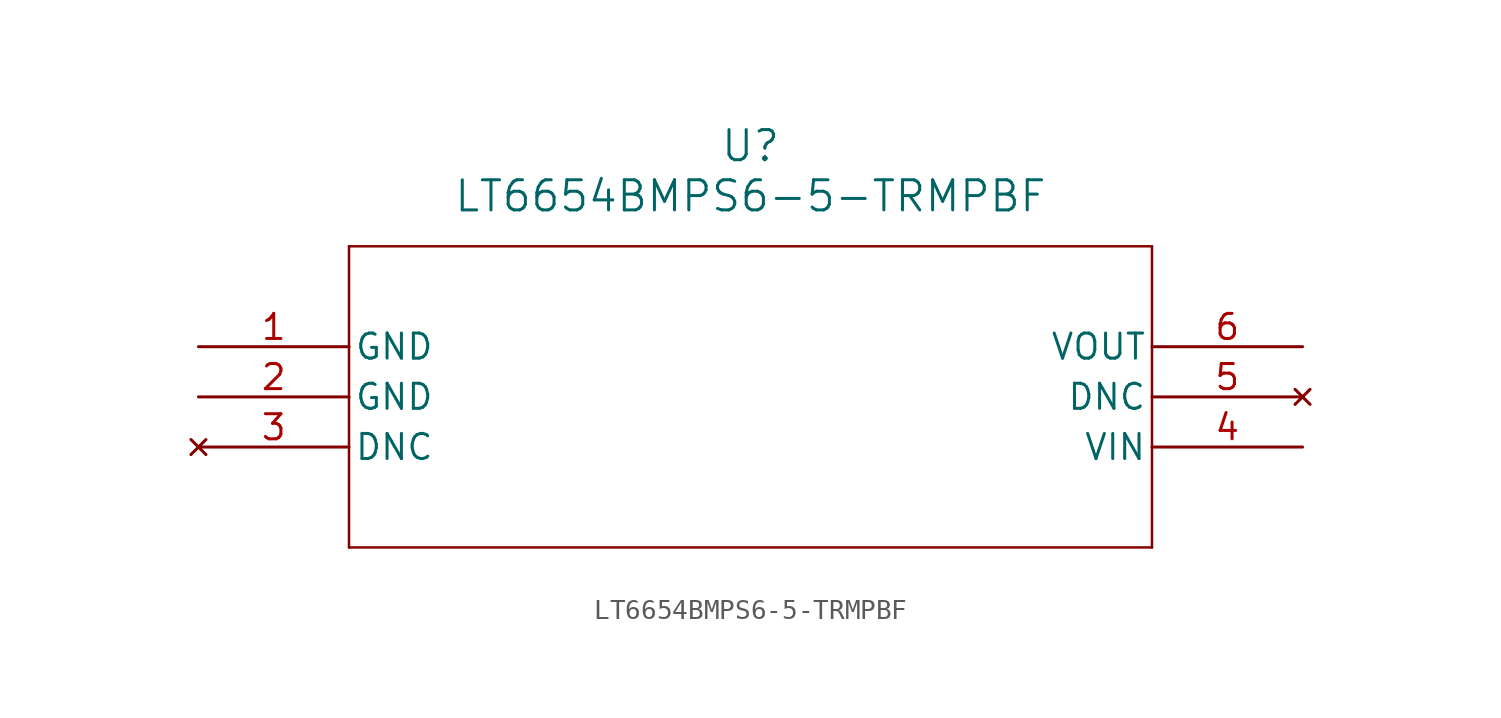
<source format=kicad_sym>
(kicad_symbol_lib
  (version 20211014)
  (generator kicad_symbol_editor)
  (symbol "LT6654BMPS6-5-TRMPBF"
    (pin_names
      (offset 0.254))
    (property "Reference" "U"
      (at 27.94 10.16 0)
      (effects (font (size 1.524 1.524))))
    (property "Value" "LT6654BMPS6-5-TRMPBF"
      (at 27.94 7.62 0)
      (effects (font (size 1.524 1.524))))
    (symbol "LT6654BMPS6-5-TRMPBF_0_1"
      (polyline (pts (xy 7.62 5.08) (xy 7.62 -10.16)) (stroke (width 0.127) (type default) (color 0 0 0 0)) (fill (type none)))
      (polyline (pts (xy 7.62 -10.16) (xy 48.26 -10.16)) (stroke (width 0.127) (type default) (color 0 0 0 0)) (fill (type none)))
      (polyline (pts (xy 48.26 -10.16) (xy 48.26 5.08)) (stroke (width 0.127) (type default) (color 0 0 0 0)) (fill (type none)))
      (polyline (pts (xy 48.26 5.08) (xy 7.62 5.08)) (stroke (width 0.127) (type default) (color 0 0 0 0)) (fill (type none)))
      (pin power_in line (at 0 0 0) (length 7.62) (name "GND" (effects (font (size 1.27 1.27)))) (number "1" (effects (font (size 1.27 1.27)))))
      (pin power_in line (at 0 -2.54 0) (length 7.62) (name "GND" (effects (font (size 1.27 1.27)))) (number "2" (effects (font (size 1.27 1.27)))))
      (pin no_connect line (at 0 -5.08 0) (length 7.62) (name "DNC" (effects (font (size 1.27 1.27)))) (number "3" (effects (font (size 1.27 1.27)))))
      (pin input line (at 55.88 -5.08 180) (length 7.62) (name "VIN" (effects (font (size 1.27 1.27)))) (number "4" (effects (font (size 1.27 1.27)))))
      (pin no_connect line (at 55.88 -2.54 180) (length 7.62) (name "DNC" (effects (font (size 1.27 1.27)))) (number "5" (effects (font (size 1.27 1.27)))))
      (pin output line (at 55.88 0 180) (length 7.62) (name "VOUT" (effects (font (size 1.27 1.27)))) (number "6" (effects (font (size 1.27 1.27))))))))
</source>
